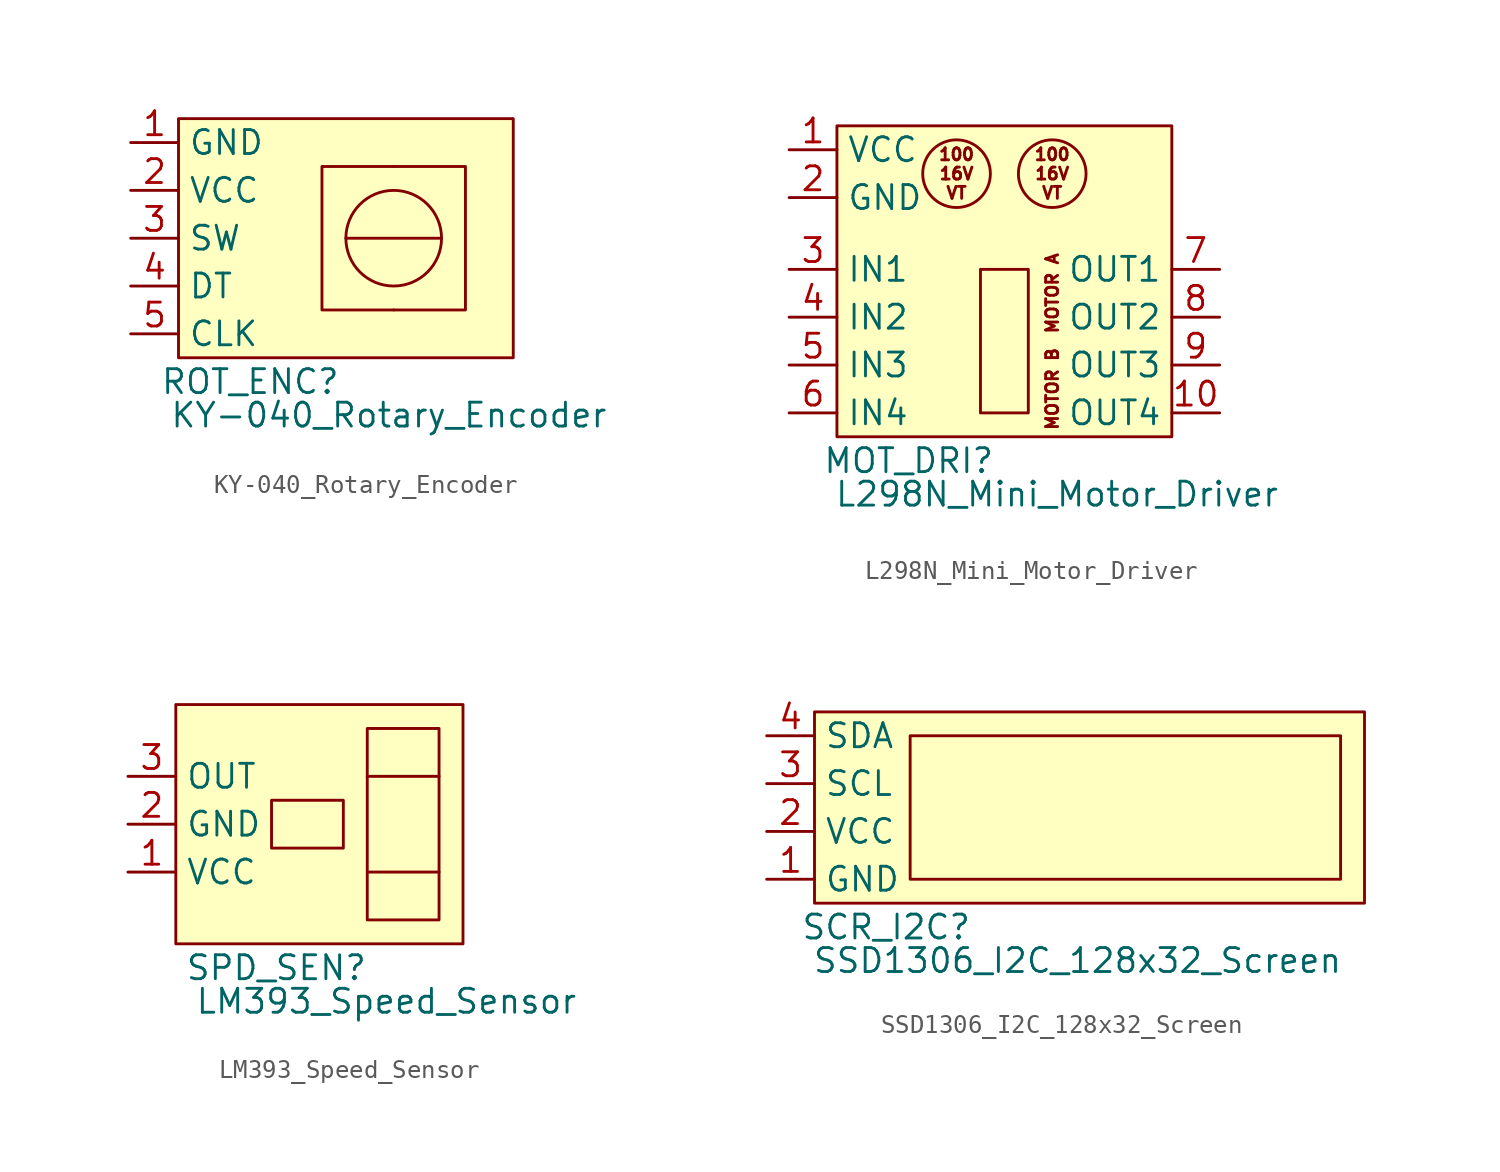
<source format=kicad_sym>
(kicad_symbol_lib
  (version 20241209)
  (generator "kicad_symbol_editor")
  (generator_version "9.0")
  (symbol "KY-040_Rotary_Encoder"
    (property "Reference" "ROT_ENC"
      (at -7.62 -7.62 0)
      (effects (font (size 1.27 1.27))))
    (property "Value" "KY-040_Rotary_Encoder"
      (at -0.254 -9.398 0)
      (effects (font (size 1.27 1.27))))
    (symbol "KY-040_Rotary_Encoder_0_1"
      (rectangle (start -3.81 3.81) (end 3.81 -3.81) (stroke (width 0) (type default)) (fill (type none)))
      (circle (center 0 0) (radius 2.54) (stroke (width 0) (type default)) (fill (type none))))
    (symbol "KY-040_Rotary_Encoder_1_1"
      (rectangle (start -11.43 6.35) (end 6.35 -6.35) (stroke (width 0) (type solid)) (fill (type background)))
      (polyline (pts (xy -2.54 0) (xy 2.54 0)) (stroke (width 0) (type default)) (fill (type none)))
      (polyline (pts (xy 0 3.81) (xy 0 3.81)) (stroke (width 0) (type default)) (fill (type none)))
      (polyline (pts (xy 0 -3.81) (xy 0 -3.81)) (stroke (width 0) (type default)) (fill (type none)))
      (pin power_in line (at -13.97 5.08 0) (length 2.54) (name "GND" (effects (font (size 1.27 1.27)))) (number "1" (effects (font (size 1.27 1.27)))))
      (pin power_in line (at -13.97 2.54 0) (length 2.54) (name "VCC" (effects (font (size 1.27 1.27)))) (number "2" (effects (font (size 1.27 1.27)))))
      (pin output line (at -13.97 0 0) (length 2.54) (name "SW" (effects (font (size 1.27 1.27)))) (number "3" (effects (font (size 1.27 1.27)))))
      (pin output line (at -13.97 -2.54 0) (length 2.54) (name "DT" (effects (font (size 1.27 1.27)))) (number "4" (effects (font (size 1.27 1.27)))))
      (pin output line (at -13.97 -5.08 0) (length 2.54) (name "CLK" (effects (font (size 1.27 1.27)))) (number "5" (effects (font (size 1.27 1.27)))))))
  (symbol "L298N_Mini_Motor_Driver"
    (property "Reference" "MOT_DRI"
      (at -5.08 -11.43 0)
      (effects (font (size 1.27 1.27))))
    (property "Value" "L298N_Mini_Motor_Driver"
      (at 2.794 -13.208 0)
      (effects (font (size 1.27 1.27))))
    (symbol "L298N_Mini_Motor_Driver_0_1"
      (circle (center -2.54 3.81) (radius 1.796) (stroke (width 0) (type default)) (fill (type none)))
      (rectangle (start -1.27 -1.27) (end 1.27 -8.89) (stroke (width 0) (type default)) (fill (type none)))
      (circle (center 2.54 3.81) (radius 1.796) (stroke (width 0) (type default)) (fill (type none))))
    (symbol "L298N_Mini_Motor_Driver_1_1"
      (rectangle (start -8.89 6.35) (end 8.89 -10.16) (stroke (width 0) (type solid)) (fill (type background)))
      (text "100\n16V\nVT" (at -2.54 3.81 0) (effects (font (size 0.635 0.635))))
      (text "100\n16V\nVT" (at 2.54 3.81 0) (effects (font (size 0.635 0.635))))
      (text "MOTOR A\n" (at 2.54 -2.54 900) (effects (font (size 0.635 0.635))))
      (text "MOTOR B" (at 2.54 -7.62 900) (effects (font (size 0.635 0.635))))
      (pin power_in line (at -11.43 5.08 0) (length 2.54) (name "VCC" (effects (font (size 1.27 1.27)))) (number "1" (effects (font (size 1.27 1.27)))))
      (pin power_in line (at -11.43 2.54 0) (length 2.54) (name "GND" (effects (font (size 1.27 1.27)))) (number "2" (effects (font (size 1.27 1.27)))))
      (pin input line (at -11.43 -1.27 0) (length 2.54) (name "IN1" (effects (font (size 1.27 1.27)))) (number "3" (effects (font (size 1.27 1.27)))))
      (pin input line (at -11.43 -3.81 0) (length 2.54) (name "IN2" (effects (font (size 1.27 1.27)))) (number "4" (effects (font (size 1.27 1.27)))))
      (pin input line (at -11.43 -6.35 0) (length 2.54) (name "IN3" (effects (font (size 1.27 1.27)))) (number "5" (effects (font (size 1.27 1.27)))))
      (pin input line (at -11.43 -8.89 0) (length 2.54) (name "IN4" (effects (font (size 1.27 1.27)))) (number "6" (effects (font (size 1.27 1.27)))))
      (pin output line (at 11.43 -1.27 180) (length 2.54) (name "OUT1" (effects (font (size 1.27 1.27)))) (number "7" (effects (font (size 1.27 1.27)))))
      (pin output line (at 11.43 -3.81 180) (length 2.54) (name "OUT2" (effects (font (size 1.27 1.27)))) (number "8" (effects (font (size 1.27 1.27)))))
      (pin output line (at 11.43 -6.35 180) (length 2.54) (name "OUT3" (effects (font (size 1.27 1.27)))) (number "9" (effects (font (size 1.27 1.27)))))
      (pin output line (at 11.43 -8.89 180) (length 2.54) (name "OUT4" (effects (font (size 1.27 1.27)))) (number "10" (effects (font (size 1.27 1.27)))))))
  (symbol "LM393_Speed_Sensor"
    (property "Reference" "SPD_SEN"
      (at -4.826 -7.62 0)
      (effects (font (size 1.27 1.27))))
    (property "Value" "LM393_Speed_Sensor"
      (at 1.016 -9.398 0)
      (effects (font (size 1.27 1.27))))
    (symbol "LM393_Speed_Sensor_1_1"
      (rectangle (start -10.16 6.35) (end 5.08 -6.35) (stroke (width 0) (type solid)) (fill (type background)))
      (rectangle (start -5.08 1.27) (end -1.27 -1.27) (stroke (width 0) (type solid)) (fill (type none)))
      (rectangle (start 0 5.08) (end 3.81 -5.08) (stroke (width 0) (type default)) (fill (type none)))
      (polyline (pts (xy 0 2.54) (xy 3.81 2.54)) (stroke (width 0) (type default)) (fill (type none)))
      (polyline (pts (xy 0 -2.54) (xy 3.81 -2.54)) (stroke (width 0) (type default)) (fill (type none)))
      (pin output line (at -12.7 2.54 0) (length 2.54) (name "OUT" (effects (font (size 1.27 1.27)))) (number "3" (effects (font (size 1.27 1.27)))))
      (pin power_in line (at -12.7 0 0) (length 2.54) (name "GND" (effects (font (size 1.27 1.27)))) (number "2" (effects (font (size 1.27 1.27)))))
      (pin power_in line (at -12.7 -2.54 0) (length 2.54) (name "VCC" (effects (font (size 1.27 1.27)))) (number "1" (effects (font (size 1.27 1.27)))))))
  (symbol "SSD1306_I2C_128x32_Screen"
    (property "Reference" "SCR_I2C"
      (at -12.7 -6.35 0)
      (effects (font (size 1.27 1.27))))
    (property "Value" "SSD1306_I2C_128x32_Screen"
      (at -2.54 -8.128 0)
      (effects (font (size 1.27 1.27))))
    (symbol "SSD1306_I2C_128x32_Screen_1_1"
      (rectangle (start -16.51 5.08) (end 12.7 -5.08) (stroke (width 0) (type solid) (color 132 0 0 1)) (fill (type background)))
      (rectangle (start -11.43 3.81) (end 11.43 -3.81) (stroke (width 0) (type solid)) (fill (type none)))
      (pin input line (at -19.05 3.81 0) (length 2.54) (name "SDA" (effects (font (size 1.27 1.27)))) (number "4" (effects (font (size 1.27 1.27)))))
      (pin input line (at -19.05 1.27 0) (length 2.54) (name "SCL" (effects (font (size 1.27 1.27)))) (number "3" (effects (font (size 1.27 1.27)))))
      (pin power_in line (at -19.05 -1.27 0) (length 2.54) (name "VCC" (effects (font (size 1.27 1.27)))) (number "2" (effects (font (size 1.27 1.27)))))
      (pin power_in line (at -19.05 -3.81 0) (length 2.54) (name "GND" (effects (font (size 1.27 1.27)))) (number "1" (effects (font (size 1.27 1.27))))))))
</source>
